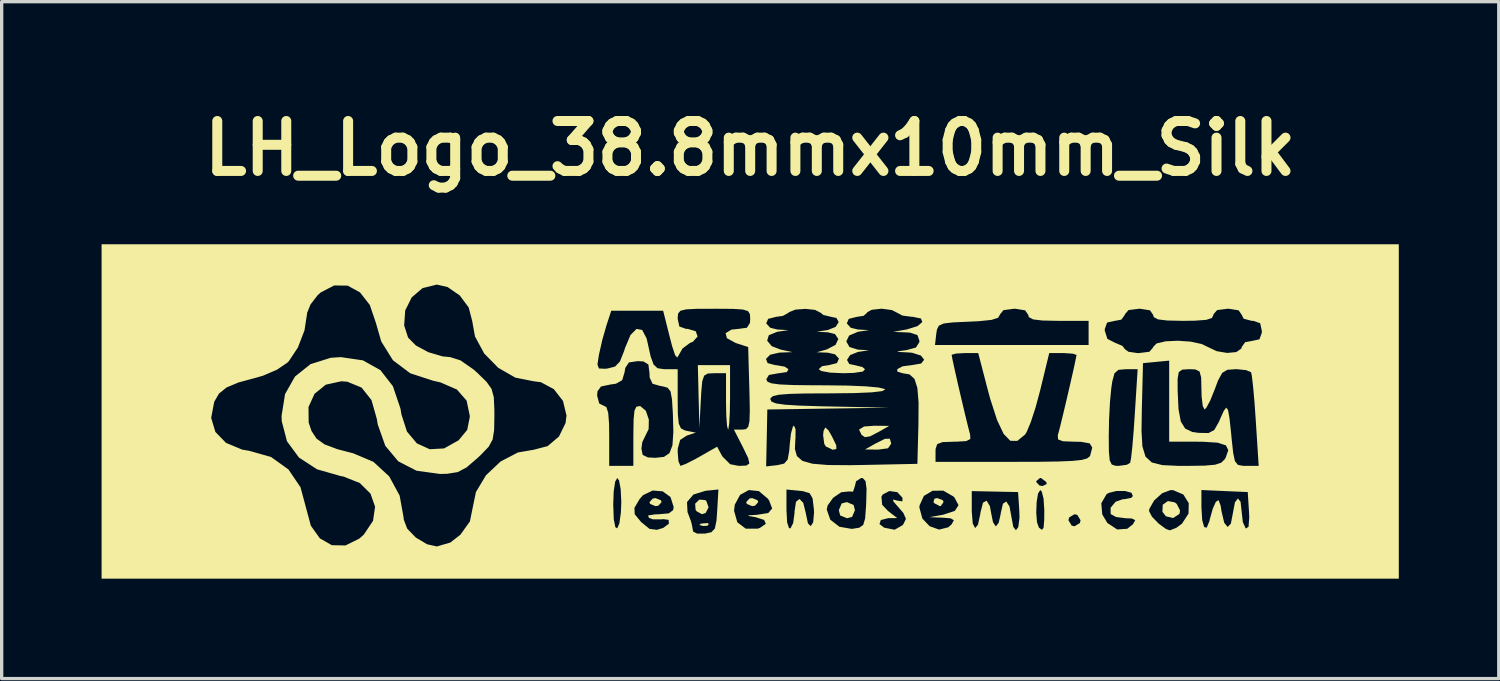
<source format=kicad_pcb>
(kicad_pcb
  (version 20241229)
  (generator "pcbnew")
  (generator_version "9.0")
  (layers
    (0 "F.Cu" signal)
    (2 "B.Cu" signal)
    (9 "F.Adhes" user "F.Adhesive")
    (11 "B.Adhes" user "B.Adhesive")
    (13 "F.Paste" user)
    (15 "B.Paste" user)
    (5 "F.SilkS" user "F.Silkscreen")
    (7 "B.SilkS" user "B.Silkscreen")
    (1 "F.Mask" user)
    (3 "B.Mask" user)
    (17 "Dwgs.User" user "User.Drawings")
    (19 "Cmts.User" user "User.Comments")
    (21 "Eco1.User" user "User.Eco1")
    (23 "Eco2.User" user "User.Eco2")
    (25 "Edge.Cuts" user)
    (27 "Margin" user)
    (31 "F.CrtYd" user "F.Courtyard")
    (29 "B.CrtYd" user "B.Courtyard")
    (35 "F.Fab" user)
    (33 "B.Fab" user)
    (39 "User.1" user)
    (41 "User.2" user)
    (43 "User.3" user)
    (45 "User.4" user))
  (footprint "LH_Logo_38.8mmx10mm_Silk"
    (layer "F.Cu")
    (at 19.473 9.304)
    (property "Reference" "LH_Logo_38.8mmx10mm_Silk" (at 0 -7.9 0) (layer "F.SilkS") (effects (font (size 1.5 1.5) (thickness 0.3))))
    (attr board_only exclude_from_pos_files exclude_from_bom)
    (fp_poly (pts (xy -1.242 3.374) (xy -1.278 3.429) (xy -1.401 3.438) (xy -1.53 3.408) (xy -1.474 3.365) (xy -1.285 3.35)) (stroke (width 0) (type solid)) (fill yes) (layer "F.SilkS"))
    (fp_poly (pts (xy -2.681 2.666) (xy -2.661 2.721) (xy -2.759 2.829) (xy -2.842 2.842) (xy -3.003 2.777) (xy -3.024 2.721) (xy -2.926 2.614) (xy -2.842 2.6)) (stroke (width 0) (type solid)) (fill yes) (layer "F.SilkS"))
    (fp_poly (pts (xy 0.221 2.666) (xy 0.242 2.721) (xy 0.144 2.829) (xy 0.06 2.842) (xy -0.1 2.777) (xy -0.121 2.721) (xy -0.023 2.614) (xy 0.06 2.6)) (stroke (width 0) (type solid)) (fill yes) (layer "F.SilkS"))
    (fp_poly (pts (xy 3.105 2.807) (xy 3.145 2.963) (xy 3.059 3.165) (xy 2.903 3.205) (xy 2.701 3.12) (xy 2.661 2.963) (xy 2.746 2.761) (xy 2.903 2.721)) (stroke (width 0) (type solid)) (fill yes) (layer "F.SilkS"))
    (fp_poly (pts (xy 4.173 0.432) (xy 3.87 0.605) (xy 3.598 0.747) (xy 3.446 0.771) (xy 3.346 0.706) (xy 3.268 0.544) (xy 3.417 0.451) (xy 3.719 0.428)) (stroke (width 0) (type solid)) (fill yes) (layer "F.SilkS"))
    (fp_poly (pts (xy 4.233 0.961) (xy 4.233 0.968) (xy 4.137 1.105) (xy 3.84 1.145) (xy 3.447 1.14) (xy 3.75 0.968) (xy 4.046 0.82) (xy 4.193 0.818)) (stroke (width 0) (type solid)) (fill yes) (layer "F.SilkS"))
    (fp_poly (pts (xy 5.783 2.664) (xy 5.806 2.721) (xy 5.719 2.839) (xy 5.692 2.842) (xy 5.528 2.754) (xy 5.503 2.721) (xy 5.531 2.618) (xy 5.617 2.6)) (stroke (width 0) (type solid)) (fill yes) (layer "F.SilkS"))
    (fp_poly (pts (xy -1.35 2.66) (xy -1.317 2.687) (xy -1.249 2.877) (xy -1.337 3.046) (xy -1.451 3.084) (xy -1.607 2.996) (xy -1.639 2.953) (xy -1.653 2.768) (xy -1.526 2.645)) (stroke (width 0) (type solid)) (fill yes) (layer "F.SilkS"))
    (fp_poly (pts (xy 12.748 2.729) (xy 12.805 2.775) (xy 12.906 2.971) (xy 12.889 3.073) (xy 12.699 3.198) (xy 12.482 3.147) (xy 12.376 3.012) (xy 12.385 2.8) (xy 12.54 2.689)) (stroke (width 0) (type solid)) (fill yes) (layer "F.SilkS"))
    (fp_poly (pts (xy 2.35 0.566) (xy 2.458 0.756) (xy 2.584 1.015) (xy 2.587 1.126) (xy 2.479 1.149) (xy 2.273 1.052) (xy 2.224 0.975) (xy 2.189 0.707) (xy 2.203 0.582) (xy 2.255 0.479)) (stroke (width 0) (type solid)) (fill yes) (layer "F.SilkS"))
    (fp_poly (pts (xy -0.605 -0.423) (xy -0.612 0.026) (xy -0.63 0.364) (xy -0.657 0.535) (xy -0.665 0.544) (xy -0.695 0.434) (xy -0.717 0.142) (xy -0.726 -0.269) (xy -0.726 -0.302) (xy -0.726 -1.149) (xy -1.083 -1.149) (xy -1.273 -1.14) (xy -1.383 -1.076) (xy -1.44 -0.905) (xy -1.47 -0.571) (xy -1.483 -0.333) (xy -1.525 0.484) (xy -1.549 -0.454) (xy -1.572 -1.391) (xy -1.089 -1.391) (xy -0.605 -1.391)) (stroke (width 0) (type solid)) (fill yes) (layer "F.SilkS"))
    (fp_poly (pts (xy 19.473 -0.000001) (xy 19.473 5.02) (xy 0 5.02) (xy -19.473 5.02) (xy -19.473 0.192) (xy -16.183 0.192) (xy -16.057 0.614) (xy -15.738 0.942) (xy -15.251 1.145) (xy -15.038 1.181) (xy -14.385 1.366) (xy -13.863 1.74) (xy -13.501 2.275) (xy -13.336 2.888) (xy -13.191 3.429) (xy -12.919 3.81) (xy -12.56 4.014) (xy -12.152 4.022) (xy -11.736 3.817) (xy -11.602 3.698) (xy -11.324 3.284) (xy -11.262 2.858) (xy -11.401 2.464) (xy -11.721 2.148) (xy -12.206 1.955) (xy -12.293 1.939) (xy -13.004 1.736) (xy -13.548 1.382) (xy -13.907 0.895) (xy -14.064 0.292) (xy -14.07 0.136) (xy -14.027 -0.134) (xy -13.261 -0.134) (xy -13.256 0.333) (xy -13.17 0.586) (xy -13.021 0.814) (xy -12.779 0.987) (xy -12.391 1.133) (xy -11.914 1.257) (xy -11.311 1.512) (xy -10.838 1.948) (xy -10.525 2.524) (xy -10.403 3.198) (xy -10.403 3.241) (xy -10.298 3.517) (xy -10.038 3.786) (xy -9.702 3.986) (xy -9.407 4.052) (xy -9.004 3.935) (xy -8.699 3.698) (xy -8.415 3.3) (xy -8.346 2.959) (xy -8.311 2.789) (xy -4.112 2.789) (xy -4.096 3.231) (xy -4.049 3.473) (xy -3.991 3.508) (xy -3.927 3.355) (xy -3.883 3.037) (xy -3.877 2.894) (xy -3.476 2.894) (xy -3.467 3.085) (xy -3.282 3.31) (xy -3.266 3.326) (xy -3.023 3.524) (xy -2.802 3.553) (xy -2.61 3.495) (xy -2.441 3.37) (xy -2.449 3.253) (xy -2.624 3.231) (xy -2.648 3.237) (xy -2.922 3.238) (xy -3.041 3.192) (xy -3.065 3.121) (xy -2.853 3.088) (xy -2.752 3.086) (xy -2.442 3.058) (xy -2.313 2.96) (xy -2.298 2.867) (xy -2.344 2.721) (xy -1.897 2.721) (xy -1.882 3.022) (xy -1.875 3.038) (xy -1.782 3.284) (xy -1.754 3.387) (xy -1.714 3.597) (xy -1.712 3.606) (xy -1.594 3.666) (xy -1.361 3.667) (xy -1.166 3.625) (xy -1.062 3.516) (xy -1.012 3.275) (xy -0.991 2.985) (xy -0.991 2.982) (xy -0.484 2.982) (xy -0.387 3.326) (xy -0.134 3.518) (xy 0.219 3.519) (xy 0.292 3.495) (xy 0.469 3.373) (xy 0.418 3.255) (xy 0.154 3.171) (xy 0.151 3.171) (xy -0.056 3.136) (xy -0.042 3.117) (xy 0.204 3.102) (xy 0.205 3.102) (xy 0.542 3.048) (xy 0.615 2.963) (xy 1.089 2.963) (xy 1.109 3.331) (xy 1.167 3.504) (xy 1.21 3.508) (xy 1.291 3.347) (xy 1.33 3.053) (xy 1.33 3.007) (xy 1.375 2.711) (xy 1.479 2.626) (xy 1.592 2.742) (xy 1.67 3.052) (xy 1.671 3.063) (xy 1.734 3.361) (xy 1.819 3.442) (xy 1.891 3.325) (xy 1.917 3.029) (xy 1.912 2.942) (xy 2.298 2.942) (xy 2.405 3.249) (xy 2.679 3.461) (xy 3.045 3.524) (xy 3.07 3.522) (xy 3.278 3.488) (xy 3.394 3.405) (xy 3.401 3.38) (xy 3.882 3.38) (xy 4.022 3.488) (xy 4.336 3.55) (xy 4.569 3.418) (xy 4.599 3.383) (xy 4.676 3.224) (xy 4.598 3.046) (xy 4.466 2.893) (xy 4.461 2.887) (xy 5.08 2.887) (xy 5.169 3.214) (xy 5.388 3.445) (xy 5.671 3.545) (xy 5.947 3.477) (xy 6.048 3.387) (xy 6.115 3.263) (xy 6.013 3.207) (xy 5.79 3.189) (xy 5.382 3.173) (xy 5.796 3.099) (xy 6.088 3.003) (xy 6.652 3.003) (xy 6.682 3.367) (xy 6.754 3.5) (xy 6.839 3.399) (xy 6.911 3.063) (xy 6.915 3.024) (xy 6.99 2.738) (xy 7.097 2.678) (xy 7.196 2.84) (xy 7.235 3.054) (xy 7.289 3.322) (xy 7.37 3.446) (xy 7.378 3.447) (xy 7.46 3.341) (xy 7.519 3.083) (xy 7.522 3.054) (xy 7.588 2.768) (xy 7.688 2.703) (xy 7.785 2.851) (xy 7.839 3.142) (xy 7.898 3.463) (xy 7.978 3.566) (xy 8.05 3.467) (xy 8.085 3.187) (xy 8.081 3.036) (xy 8.588 3.036) (xy 8.61 3.322) (xy 8.668 3.487) (xy 8.759 3.554) (xy 8.808 3.492) (xy 8.826 3.266) (xy 9.555 3.266) (xy 9.652 3.426) (xy 9.737 3.447) (xy 9.897 3.35) (xy 9.918 3.266) (xy 9.821 3.105) (xy 9.737 3.084) (xy 9.576 3.181) (xy 9.555 3.266) (xy 8.826 3.266) (xy 8.827 3.26) (xy 8.83 2.963) (xy 8.816 2.754) (xy 10.541 2.754) (xy 10.569 3.089) (xy 10.723 3.347) (xy 11.019 3.542) (xy 11.319 3.522) (xy 11.49 3.387) (xy 11.56 3.261) (xy 11.454 3.212) (xy 11.271 3.205) (xy 10.985 3.168) (xy 10.822 3.079) (xy 10.821 2.99) (xy 11.974 2.99) (xy 12.062 3.158) (xy 12.263 3.366) (xy 12.484 3.528) (xy 12.6 3.568) (xy 12.793 3.493) (xy 12.963 3.368) (xy 13.16 3.066) (xy 13.164 2.882) (xy 13.547 2.882) (xy 13.57 3.259) (xy 13.629 3.469) (xy 13.706 3.488) (xy 13.786 3.294) (xy 13.799 3.234) (xy 13.888 2.918) (xy 13.981 2.711) (xy 14.063 2.662) (xy 14.124 2.827) (xy 14.151 2.998) (xy 14.232 3.342) (xy 14.335 3.467) (xy 14.431 3.368) (xy 14.491 3.054) (xy 14.553 2.727) (xy 14.643 2.611) (xy 14.723 2.712) (xy 14.756 3.017) (xy 14.79 3.319) (xy 14.873 3.504) (xy 14.884 3.512) (xy 14.962 3.461) (xy 14.983 3.176) (xy 14.975 3.005) (xy 14.938 2.419) (xy 14.242 2.389) (xy 13.547 2.358) (xy 13.547 2.882) (xy 13.164 2.882) (xy 13.166 2.751) (xy 13.005 2.493) (xy 12.701 2.363) (xy 12.622 2.359) (xy 12.37 2.453) (xy 12.125 2.674) (xy 11.982 2.927) (xy 11.974 2.99) (xy 10.821 2.99) (xy 10.821 2.889) (xy 10.97 2.711) (xy 11.192 2.632) (xy 11.23 2.634) (xy 11.436 2.595) (xy 11.49 2.54) (xy 11.446 2.44) (xy 11.252 2.387) (xy 10.994 2.387) (xy 10.762 2.445) (xy 10.697 2.486) (xy 10.541 2.754) (xy 8.816 2.754) (xy 8.808 2.618) (xy 8.752 2.399) (xy 8.709 2.359) (xy 8.641 2.464) (xy 8.6 2.72) (xy 8.588 3.036) (xy 8.081 3.036) (xy 8.08 2.994) (xy 8.043 2.419) (xy 7.348 2.405) (xy 6.652 2.39) (xy 6.652 3.003) (xy 6.088 3.003) (xy 6.143 2.985) (xy 6.255 2.813) (xy 6.133 2.583) (xy 6.105 2.554) (xy 5.799 2.377) (xy 5.478 2.379) (xy 5.215 2.534) (xy 5.084 2.82) (xy 5.08 2.887) (xy 4.461 2.887) (xy 4.297 2.699) (xy 4.296 2.642) (xy 4.404 2.674) (xy 4.569 2.699) (xy 4.573 2.59) (xy 4.417 2.422) (xy 4.18 2.388) (xy 3.979 2.492) (xy 3.94 2.559) (xy 3.962 2.8) (xy 4.137 2.986) (xy 4.415 3.2) (xy 4.143 3.203) (xy 3.921 3.259) (xy 3.882 3.38) (xy 3.401 3.38) (xy 3.45 3.214) (xy 3.477 2.854) (xy 3.483 2.738) (xy 3.493 2.319) (xy 3.466 2.117) (xy 8.588 2.117) (xy 8.686 2.223) (xy 8.776 2.238) (xy 8.901 2.179) (xy 8.89 2.117) (xy 8.735 2) (xy 8.701 1.996) (xy 8.591 2.088) (xy 8.588 2.117) (xy 3.466 2.117) (xy 3.462 2.09) (xy 3.383 2.003) (xy 3.332 1.996) (xy 3.178 2.096) (xy 3.145 2.234) (xy 3.088 2.407) (xy 2.959 2.401) (xy 2.733 2.425) (xy 2.491 2.59) (xy 2.325 2.821) (xy 2.298 2.942) (xy 1.912 2.942) (xy 1.912 2.933) (xy 1.873 2.608) (xy 1.783 2.452) (xy 1.583 2.392) (xy 1.482 2.381) (xy 1.089 2.343) (xy 1.089 2.963) (xy 0.615 2.963) (xy 0.659 2.913) (xy 0.57 2.676) (xy 0.532 2.62) (xy 0.26 2.39) (xy -0.041 2.359) (xy -0.304 2.504) (xy -0.464 2.8) (xy -0.484 2.982) (xy -0.991 2.982) (xy -0.954 2.342) (xy -1.342 2.381) (xy -1.706 2.494) (xy -1.897 2.721) (xy -2.344 2.721) (xy -2.393 2.568) (xy -2.628 2.397) (xy -2.927 2.373) (xy -3.217 2.512) (xy -3.319 2.627) (xy -3.476 2.894) (xy -3.877 2.894) (xy -3.87 2.714) (xy -3.889 2.331) (xy -3.937 2.071) (xy -3.991 1.996) (xy -4.054 2.107) (xy -4.098 2.402) (xy -4.112 2.789) (xy -8.311 2.789) (xy -8.234 2.418) (xy -7.933 1.915) (xy -7.495 1.502) (xy -6.973 1.23) (xy -6.5 1.149) (xy -6.08 1.039) (xy -5.741 0.751) (xy -5.543 0.346) (xy -5.515 0.121) (xy -5.621 -0.318) (xy -5.744 -0.476) (xy -4.596 -0.476) (xy -4.532 -0.239) (xy -4.415 -0.181) (xy -4.319 -0.134) (xy -4.263 0.038) (xy -4.237 0.377) (xy -4.233 0.726) (xy -4.233 1.633) (xy -3.87 1.633) (xy -3.508 1.633) (xy -3.508 0.717) (xy -3.501 0.25) (xy -3.475 -0.021) (xy -3.418 -0.143) (xy -3.319 -0.163) (xy -3.296 -0.159) (xy -3.133 -0.022) (xy -3.043 0.243) (xy -3.049 0.53) (xy -3.135 0.704) (xy -3.24 0.922) (xy -3.266 1.113) (xy -3.229 1.302) (xy -3.072 1.379) (xy -2.845 1.391) (xy -2.588 1.362) (xy -2.423 1.25) (xy -2.334 1.014) (xy -2.307 0.616) (xy -2.322 0.057) (xy -2.348 -0.366) (xy -2.392 -0.604) (xy -2.481 -0.715) (xy -2.641 -0.758) (xy -2.691 -0.764) (xy -2.932 -0.833) (xy -3.018 -1.019) (xy -3.024 -1.157) (xy -3.056 -1.411) (xy -3.203 -1.502) (xy -3.379 -1.512) (xy -3.641 -1.473) (xy -3.75 -1.308) (xy -3.772 -1.179) (xy -3.842 -0.94) (xy -4.03 -0.834) (xy -4.203 -0.809) (xy -4.48 -0.75) (xy -4.585 -0.607) (xy -4.596 -0.476) (xy -5.744 -0.476) (xy -5.897 -0.672) (xy -6.284 -0.879) (xy -6.5 -0.907) (xy -7.052 -1.017) (xy -7.565 -1.312) (xy -7.66 -1.409) (xy -4.586 -1.409) (xy -4.541 -1.291) (xy -4.365 -1.282) (xy -4.279 -1.291) (xy -4.056 -1.349) (xy -3.91 -1.502) (xy -3.786 -1.815) (xy -3.758 -1.905) (xy -3.594 -2.296) (xy -3.413 -2.479) (xy -3.243 -2.448) (xy -3.111 -2.195) (xy -3.085 -2.086) (xy -2.99 -1.656) (xy -2.901 -1.411) (xy -2.783 -1.3) (xy -2.598 -1.271) (xy -2.532 -1.27) (xy -2.177 -1.27) (xy -2.177 -0.371) (xy -2.172 0.091) (xy -2.144 0.365) (xy -2.08 0.506) (xy -1.964 0.568) (xy -1.905 0.581) (xy -1.633 0.635) (xy -1.905 0.724) (xy -2.102 0.853) (xy -2.174 1.109) (xy -2.177 1.224) (xy -2.154 1.497) (xy -2.096 1.629) (xy -2.086 1.631) (xy -1.936 1.575) (xy -1.657 1.434) (xy -1.494 1.343) (xy -0.993 1.057) (xy -0.839 1.345) (xy -0.602 1.583) (xy -0.342 1.633) (xy -0.116 1.624) (xy -0.025 1.562) (xy -0.062 1.396) (xy -0.219 1.072) (xy -0.244 1.023) (xy -0.489 0.544) (xy -0.24 0.544) (xy -0.129 0.531) (xy -0.059 0.461) (xy -0.022 0.292) (xy -0.012 -0.019) (xy -0.021 -0.517) (xy -0.026 -0.695) (xy -0.051 -1.578) (xy 0.475 -1.578) (xy 0.522 -1.453) (xy 0.755 -1.391) (xy 0.779 -1.391) (xy 1.035 -1.346) (xy 1.149 -1.27) (xy 1.102 -1.184) (xy 0.866 -1.149) (xy 0.854 -1.149) (xy 0.563 -1.097) (xy 0.484 -0.968) (xy 0.517 -0.895) (xy 0.64 -0.845) (xy 0.887 -0.812) (xy 1.292 -0.794) (xy 1.89 -0.787) (xy 2.23 -0.786) (xy 2.919 -0.778) (xy 3.474 -0.755) (xy 3.86 -0.719) (xy 4.043 -0.674) (xy 4.052 -0.665) (xy 3.969 -0.613) (xy 3.653 -0.575) (xy 3.112 -0.552) (xy 2.366 -0.544) (xy 1.666 -0.541) (xy 1.174 -0.528) (xy 0.856 -0.502) (xy 0.68 -0.46) (xy 0.61 -0.398) (xy 0.605 -0.366) (xy 0.642 -0.295) (xy 0.778 -0.242) (xy 1.043 -0.204) (xy 1.472 -0.177) (xy 2.098 -0.157) (xy 2.389 -0.151) (xy 4.173 -0.114) (xy 2.344 -0.087) (xy 0.514 -0.06) (xy 0.497 0.794) (xy 0.479 1.649) (xy 0.814 1.611) (xy 1.019 1.565) (xy 1.125 1.443) (xy 1.173 1.177) (xy 1.186 0.998) (xy 1.224 0.663) (xy 1.281 0.456) (xy 1.313 0.423) (xy 1.361 0.528) (xy 1.36 0.785) (xy 1.356 0.827) (xy 1.342 1.124) (xy 1.402 1.338) (xy 1.567 1.482) (xy 1.866 1.568) (xy 2.331 1.607) (xy 2.993 1.612) (xy 3.368 1.606) (xy 5.02 1.572) (xy 5.029 1.21) (xy 5.564 1.21) (xy 5.564 1.512) (xy 7.849 1.512) (xy 8.658 1.51) (xy 9.258 1.501) (xy 9.679 1.483) (xy 9.954 1.454) (xy 10.114 1.41) (xy 10.192 1.35) (xy 10.208 1.321) (xy 10.269 1.082) (xy 10.192 0.957) (xy 9.934 0.911) (xy 9.729 0.907) (xy 9.392 0.894) (xy 9.244 0.839) (xy 9.236 0.743) (xy 10.765 0.743) (xy 10.769 1.199) (xy 10.793 1.465) (xy 10.853 1.591) (xy 10.967 1.63) (xy 11.06 1.633) (xy 11.306 1.6) (xy 11.408 1.542) (xy 11.436 1.391) (xy 11.473 1.052) (xy 11.513 0.576) (xy 11.513 0.576) (xy 11.748 0.576) (xy 11.775 1.049) (xy 11.868 1.355) (xy 12.057 1.53) (xy 12.372 1.61) (xy 12.839 1.632) (xy 13.128 1.633) (xy 13.634 1.626) (xy 13.954 1.599) (xy 14.139 1.539) (xy 14.246 1.436) (xy 14.274 1.388) (xy 14.354 1.162) (xy 14.283 1.017) (xy 14.036 0.937) (xy 13.583 0.908) (xy 13.419 0.907) (xy 12.579 0.907) (xy 12.579 -0.31) (xy 12.579 -0.983) (xy 12.832 -0.983) (xy 12.833 -0.635) (xy 12.859 -0.07) (xy 12.927 0.298) (xy 13.058 0.512) (xy 13.273 0.615) (xy 13.464 0.642) (xy 13.761 0.647) (xy 13.933 0.556) (xy 14.072 0.311) (xy 14.111 0.219) (xy 14.219 -0.021) (xy 14.293 -0.116) (xy 14.346 -0.044) (xy 14.392 0.22) (xy 14.443 0.697) (xy 14.454 0.816) (xy 14.501 1.248) (xy 14.553 1.492) (xy 14.642 1.602) (xy 14.795 1.632) (xy 14.9 1.633) (xy 15.266 1.633) (xy 15.179 0.272) (xy 15.14 -0.28) (xy 15.099 -0.741) (xy 15.062 -1.06) (xy 15.038 -1.179) (xy 14.892 -1.241) (xy 14.608 -1.27) (xy 14.573 -1.27) (xy 14.326 -1.252) (xy 14.17 -1.158) (xy 14.046 -0.93) (xy 13.947 -0.665) (xy 13.811 -0.327) (xy 13.692 -0.108) (xy 13.639 -0.06) (xy 13.586 -0.169) (xy 13.553 -0.448) (xy 13.547 -0.665) (xy 13.539 -1.023) (xy 13.49 -1.202) (xy 13.363 -1.263) (xy 13.184 -1.27) (xy 12.973 -1.258) (xy 12.867 -1.183) (xy 12.832 -0.983) (xy 12.579 -0.983) (xy 12.579 -1.527) (xy 12.186 -1.489) (xy 11.793 -1.451) (xy 11.759 -0.103) (xy 11.748 0.576) (xy 11.513 0.576) (xy 11.546 0.091) (xy 11.632 -1.27) (xy 11.275 -1.27) (xy 11.055 -1.25) (xy 10.937 -1.147) (xy 10.87 -0.898) (xy 10.842 -0.709) (xy 10.802 -0.292) (xy 10.774 0.246) (xy 10.765 0.743) (xy 9.236 0.743) (xy 9.234 0.72) (xy 9.241 0.695) (xy 9.295 0.492) (xy 9.382 0.138) (xy 9.487 -0.305) (xy 9.596 -0.773) (xy 9.694 -1.202) (xy 9.765 -1.53) (xy 9.797 -1.693) (xy 9.797 -1.698) (xy 9.691 -1.735) (xy 9.431 -1.753) (xy 9.387 -1.754) (xy 8.978 -1.754) (xy 8.706 -0.635) (xy 8.568 -0.122) (xy 8.425 0.317) (xy 8.299 0.618) (xy 8.25 0.695) (xy 8.02 0.883) (xy 7.81 0.88) (xy 7.61 0.675) (xy 7.411 0.255) (xy 7.203 -0.39) (xy 7.121 -0.695) (xy 6.846 -1.754) (xy 6.447 -1.754) (xy 6.176 -1.739) (xy 6.049 -1.703) (xy 6.048 -1.698) (xy 6.074 -1.557) (xy 6.142 -1.244) (xy 6.237 -0.823) (xy 6.346 -0.356) (xy 6.452 0.092) (xy 6.542 0.46) (xy 6.6 0.683) (xy 6.604 0.695) (xy 6.609 0.826) (xy 6.485 0.889) (xy 6.179 0.907) (xy 6.116 0.907) (xy 5.777 0.919) (xy 5.615 0.979) (xy 5.566 1.122) (xy 5.564 1.21) (xy 5.029 1.21) (xy 5.051 0.377) (xy 5.055 -0.268) (xy 5.019 -0.709) (xy 4.932 -0.979) (xy 4.783 -1.114) (xy 4.574 -1.149) (xy 4.417 -1.198) (xy 4.415 -1.27) (xy 4.578 -1.357) (xy 4.845 -1.391) (xy 5.133 -1.44) (xy 5.222 -1.554) (xy 5.126 -1.679) (xy 4.858 -1.764) (xy 4.747 -1.773) (xy 4.464 -1.787) (xy 4.413 -1.802) (xy 4.584 -1.828) (xy 4.687 -1.841) (xy 4.976 -1.92) (xy 5.024 -1.996) (xy 5.548 -1.996) (xy 7.854 -1.996) (xy 10.16 -1.996) (xy 10.16 -2.359) (xy 10.16 -2.432) (xy 10.644 -2.432) (xy 10.724 -2.18) (xy 10.946 -2.067) (xy 11.173 -1.97) (xy 11.249 -1.872) (xy 11.355 -1.794) (xy 11.616 -1.755) (xy 11.672 -1.754) (xy 11.985 -1.793) (xy 12.094 -1.919) (xy 12.095 -1.935) (xy 12.202 -2.043) (xy 12.474 -2.107) (xy 12.84 -2.124) (xy 13.226 -2.097) (xy 13.561 -2.024) (xy 13.735 -1.939) (xy 14.007 -1.81) (xy 14.321 -1.758) (xy 14.595 -1.784) (xy 14.747 -1.89) (xy 14.756 -1.935) (xy 14.861 -2.081) (xy 15.059 -2.117) (xy 15.289 -2.167) (xy 15.36 -2.363) (xy 15.361 -2.419) (xy 15.311 -2.649) (xy 15.114 -2.72) (xy 15.059 -2.721) (xy 14.815 -2.785) (xy 14.756 -2.903) (xy 14.664 -3.037) (xy 14.371 -3.084) (xy 14.333 -3.084) (xy 14.02 -3.045) (xy 13.91 -2.919) (xy 13.91 -2.903) (xy 13.862 -2.807) (xy 13.69 -2.751) (xy 13.351 -2.726) (xy 13.002 -2.721) (xy 12.524 -2.731) (xy 12.243 -2.765) (xy 12.116 -2.833) (xy 12.095 -2.903) (xy 12.003 -3.037) (xy 11.71 -3.084) (xy 11.672 -3.084) (xy 11.359 -3.045) (xy 11.249 -2.919) (xy 11.249 -2.903) (xy 11.143 -2.757) (xy 10.946 -2.721) (xy 10.715 -2.67) (xy 10.645 -2.475) (xy 10.644 -2.432) (xy 10.16 -2.432) (xy 10.16 -2.721) (xy 9.253 -2.721) (xy 8.774 -2.731) (xy 8.493 -2.765) (xy 8.366 -2.833) (xy 8.346 -2.903) (xy 8.254 -3.037) (xy 7.961 -3.084) (xy 7.922 -3.084) (xy 7.605 -3.043) (xy 7.499 -2.914) (xy 7.499 -2.908) (xy 7.442 -2.813) (xy 7.245 -2.75) (xy 6.868 -2.711) (xy 6.562 -2.696) (xy 6.091 -2.675) (xy 5.809 -2.642) (xy 5.665 -2.577) (xy 5.606 -2.46) (xy 5.586 -2.328) (xy 5.548 -1.996) (xy 5.024 -1.996) (xy 5.078 -2.081) (xy 5.08 -2.124) (xy 5.02 -2.295) (xy 4.8 -2.367) (xy 4.687 -2.374) (xy 4.294 -2.39) (xy 4.708 -2.465) (xy 5.023 -2.563) (xy 5.168 -2.686) (xy 5.126 -2.792) (xy 4.883 -2.842) (xy 4.855 -2.842) (xy 4.572 -2.879) (xy 4.415 -2.963) (xy 4.254 -3.045) (xy 3.961 -3.084) (xy 3.924 -3.084) (xy 3.647 -3.053) (xy 3.511 -2.978) (xy 3.508 -2.963) (xy 3.404 -2.872) (xy 3.205 -2.842) (xy 2.96 -2.781) (xy 2.9 -2.646) (xy 3.018 -2.514) (xy 3.235 -2.461) (xy 3.568 -2.443) (xy 3.235 -2.393) (xy 2.97 -2.28) (xy 2.885 -2.102) (xy 2.981 -1.935) (xy 3.235 -1.857) (xy 3.568 -1.839) (xy 3.235 -1.788) (xy 2.999 -1.693) (xy 2.906 -1.548) (xy 2.975 -1.425) (xy 3.138 -1.391) (xy 3.369 -1.335) (xy 3.447 -1.27) (xy 3.383 -1.199) (xy 3.103 -1.158) (xy 2.789 -1.149) (xy 2.4 -1.167) (xy 2.135 -1.215) (xy 2.056 -1.27) (xy 2.16 -1.361) (xy 2.359 -1.391) (xy 2.604 -1.453) (xy 2.665 -1.587) (xy 2.548 -1.716) (xy 2.328 -1.766) (xy 1.996 -1.778) (xy 2.297 -1.862) (xy 2.562 -2) (xy 2.646 -2.176) (xy 2.546 -2.324) (xy 2.337 -2.377) (xy 1.996 -2.395) (xy 2.328 -2.445) (xy 2.565 -2.54) (xy 2.658 -2.685) (xy 2.589 -2.808) (xy 2.426 -2.842) (xy 2.195 -2.898) (xy 2.117 -2.963) (xy 1.948 -3.05) (xy 1.656 -3.081) (xy 1.357 -3.058) (xy 1.162 -2.98) (xy 1.149 -2.963) (xy 0.982 -2.87) (xy 0.779 -2.842) (xy 0.539 -2.781) (xy 0.481 -2.646) (xy 0.6 -2.514) (xy 0.816 -2.461) (xy 1.149 -2.443) (xy 0.809 -2.392) (xy 0.559 -2.29) (xy 0.509 -2.126) (xy 0.649 -1.96) (xy 0.909 -1.86) (xy 1.27 -1.782) (xy 0.877 -1.768) (xy 0.599 -1.704) (xy 0.475 -1.578) (xy -0.051 -1.578) (xy -0.06 -1.935) (xy -0.434 -2.056) (xy -0.698 -2.2) (xy -0.738 -2.351) (xy -0.562 -2.458) (xy -0.353 -2.48) (xy -0.098 -2.514) (xy -0.007 -2.661) (xy 0 -2.782) (xy -0.009 -2.925) (xy -0.066 -3.014) (xy -0.218 -3.061) (xy -0.511 -3.081) (xy -0.993 -3.084) (xy -1.089 -3.084) (xy -1.604 -3.082) (xy -1.924 -3.066) (xy -2.095 -3.024) (xy -2.164 -2.942) (xy -2.177 -2.809) (xy -2.177 -2.782) (xy -2.127 -2.552) (xy -1.93 -2.481) (xy -1.875 -2.48) (xy -1.635 -2.409) (xy -1.579 -2.252) (xy -1.72 -2.094) (xy -1.808 -2.058) (xy -2.033 -1.89) (xy -2.131 -1.717) (xy -2.189 -1.618) (xy -2.254 -1.69) (xy -2.342 -1.956) (xy -2.416 -2.238) (xy -2.613 -3.024) (xy -3.392 -3.024) (xy -4.172 -3.024) (xy -4.315 -2.587) (xy -4.441 -2.147) (xy -4.542 -1.701) (xy -4.542 -1.701) (xy -4.586 -1.409) (xy -7.66 -1.409) (xy -7.986 -1.741) (xy -8.263 -2.253) (xy -8.346 -2.717) (xy -8.451 -3.121) (xy -8.72 -3.484) (xy -9.086 -3.736) (xy -9.407 -3.81) (xy -9.836 -3.704) (xy -10.163 -3.425) (xy -10.358 -3.031) (xy -10.389 -2.583) (xy -10.271 -2.219) (xy -10.039 -1.983) (xy -9.66 -1.779) (xy -9.231 -1.653) (xy -9.01 -1.633) (xy -8.698 -1.535) (xy -8.307 -1.262) (xy -8.19 -1.158) (xy -7.917 -0.892) (xy -7.765 -0.678) (xy -7.698 -0.429) (xy -7.681 -0.057) (xy -7.68 0.121) (xy -7.688 0.558) (xy -7.733 0.841) (xy -7.851 1.057) (xy -8.077 1.294) (xy -8.19 1.4) (xy -8.514 1.678) (xy -8.781 1.82) (xy -9.097 1.87) (xy -9.315 1.875) (xy -10.016 1.779) (xy -10.565 1.497) (xy -10.955 1.032) (xy -11.182 0.39) (xy -11.209 0.227) (xy -11.37 -0.343) (xy -11.668 -0.718) (xy -12.096 -0.894) (xy -12.277 -0.907) (xy -12.742 -0.805) (xy -13.08 -0.53) (xy -13.261 -0.134) (xy -14.027 -0.134) (xy -13.965 -0.522) (xy -13.667 -1.049) (xy -13.201 -1.421) (xy -12.594 -1.612) (xy -12.291 -1.632) (xy -11.626 -1.535) (xy -11.103 -1.242) (xy -10.727 -0.759) (xy -10.5 -0.087) (xy -10.471 0.087) (xy -10.305 0.602) (xy -10.008 0.957) (xy -9.622 1.133) (xy -9.191 1.109) (xy -8.757 0.867) (xy -8.752 0.862) (xy -8.496 0.553) (xy -8.419 0.166) (xy -8.418 0.134) (xy -8.514 -0.326) (xy -8.805 -0.659) (xy -9.303 -0.875) (xy -9.511 -0.921) (xy -10.206 -1.147) (xy -10.726 -1.538) (xy -11.077 -2.102) (xy -11.237 -2.658) (xy -11.42 -3.197) (xy -11.715 -3.576) (xy -12.084 -3.778) (xy -12.489 -3.784) (xy -12.892 -3.576) (xy -12.986 -3.491) (xy -13.199 -3.216) (xy -13.303 -2.96) (xy -13.305 -2.931) (xy -13.382 -2.433) (xy -13.58 -1.92) (xy -13.851 -1.511) (xy -13.897 -1.465) (xy -14.206 -1.255) (xy -14.625 -1.075) (xy -14.817 -1.019) (xy -15.364 -0.871) (xy -15.723 -0.72) (xy -15.948 -0.537) (xy -16.091 -0.291) (xy -16.092 -0.289) (xy -16.183 0.192) (xy -19.473 0.192) (xy -19.473 -0.000001) (xy -19.473 -5.02) (xy 0 -5.02) (xy 19.473 -5.02)) (stroke (width 0) (type solid)) (fill yes) (layer "F.SilkS")))
  (gr_rect
    (start -3 -3)
    (end 41.947 17.324)
    (stroke (width 0.1) (type default))
    (fill no)
    (layer "Edge.Cuts")))
</source>
